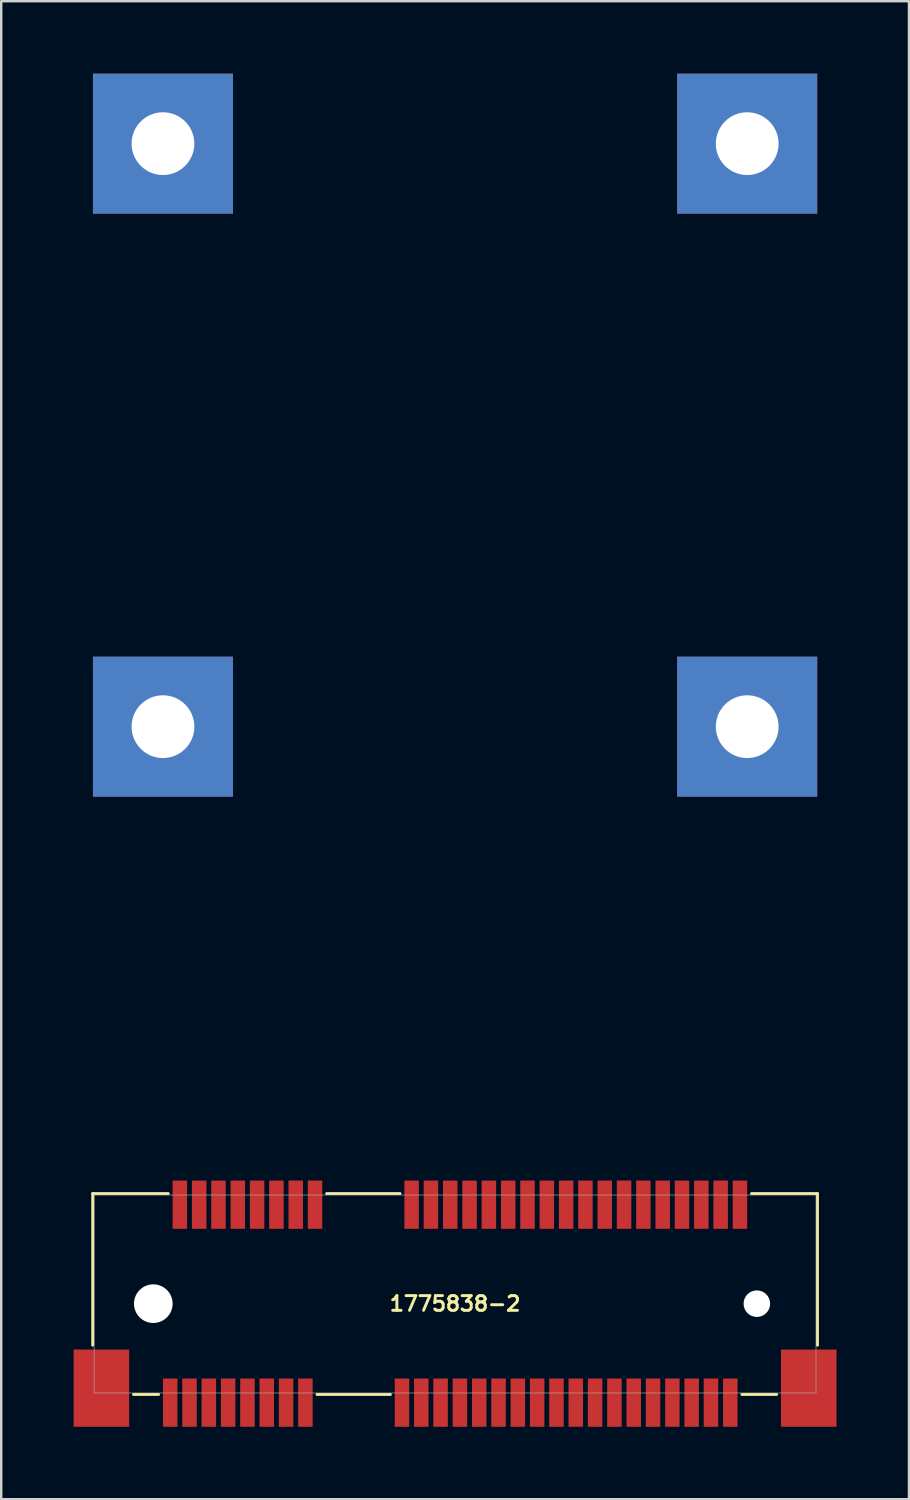
<source format=kicad_pcb>
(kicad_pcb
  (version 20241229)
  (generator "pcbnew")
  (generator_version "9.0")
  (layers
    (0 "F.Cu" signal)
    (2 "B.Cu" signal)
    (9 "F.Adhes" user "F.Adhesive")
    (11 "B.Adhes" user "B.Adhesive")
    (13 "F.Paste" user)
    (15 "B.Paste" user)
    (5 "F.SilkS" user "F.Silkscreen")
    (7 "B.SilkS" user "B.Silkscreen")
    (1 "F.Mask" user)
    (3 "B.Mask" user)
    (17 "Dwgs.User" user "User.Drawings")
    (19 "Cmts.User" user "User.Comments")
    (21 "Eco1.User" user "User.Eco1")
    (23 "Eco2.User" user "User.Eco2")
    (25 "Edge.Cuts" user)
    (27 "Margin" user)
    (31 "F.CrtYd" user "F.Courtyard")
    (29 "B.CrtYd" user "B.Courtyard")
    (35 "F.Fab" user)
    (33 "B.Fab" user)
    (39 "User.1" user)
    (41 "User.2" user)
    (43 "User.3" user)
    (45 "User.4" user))
  (footprint "1775838-2"
    (layer "F.Cu")
    (at 15.8 50.95)
    (property "Reference" "1775838-2" (at 0 0 0) (layer "F.SilkS") (effects (font (size 0.61 0.61) (thickness 0.12))))
    (attr through_hole)
    (fp_line (start -15.01 -4.56) (end -15.01 1.72) (stroke (width 0.12) (type solid)) (layer "F.SilkS"))
    (fp_line (start -13.32 3.76) (end -12.28 3.76) (stroke (width 0.12) (type solid)) (layer "F.SilkS"))
    (fp_line (start -11.88 -4.56) (end -15.01 -4.56) (stroke (width 0.12) (type solid)) (layer "F.SilkS"))
    (fp_line (start -5.32 -4.56) (end -2.28 -4.56) (stroke (width 0.12) (type solid)) (layer "F.SilkS"))
    (fp_line (start -2.68 3.76) (end -5.72 3.76) (stroke (width 0.12) (type solid)) (layer "F.SilkS"))
    (fp_line (start 12.28 -4.56) (end 15.01 -4.56) (stroke (width 0.12) (type solid)) (layer "F.SilkS"))
    (fp_line (start 13.32 3.76) (end 11.88 3.76) (stroke (width 0.12) (type solid)) (layer "F.SilkS"))
    (fp_line (start 15.01 -4.56) (end 15.01 1.72) (stroke (width 0.12) (type solid)) (layer "F.SilkS"))
    (fp_line (start -14.95 -4.5) (end 14.95 -4.5) (stroke (width 0.025) (type solid)) (layer "F.Fab"))
    (fp_line (start -14.95 3.7) (end -14.95 -4.5) (stroke (width 0.025) (type solid)) (layer "F.Fab"))
    (fp_line (start -14.95 3.7) (end 14.95 3.7) (stroke (width 0.025) (type solid)) (layer "F.Fab"))
    (fp_line (start 14.95 3.7) (end 14.95 -4.5) (stroke (width 0.025) (type solid)) (layer "F.Fab"))
    (pad "" np_thru_hole circle (at -12.5 0) (size 1.6 1.6) (drill 1.6) (layers "*.Cu" "*.Mask"))
    (pad "" np_thru_hole circle (at 12.5 0) (size 1.1 1.1) (drill 1.1) (layers "*.Cu" "*.Mask"))
    (pad "1" smd rect (at -11.8 4.1) (size 0.6 2) (layers "F.Cu" "F.Mask" "F.Paste"))
    (pad "2" smd rect (at -11.4 -4.1) (size 0.6 2) (layers "F.Cu" "F.Mask" "F.Paste"))
    (pad "3" smd rect (at -11 4.1) (size 0.6 2) (layers "F.Cu" "F.Mask" "F.Paste"))
    (pad "4" smd rect (at -10.6 -4.1) (size 0.6 2) (layers "F.Cu" "F.Mask" "F.Paste"))
    (pad "5" smd rect (at -10.2 4.1) (size 0.6 2) (layers "F.Cu" "F.Mask" "F.Paste"))
    (pad "6" smd rect (at -9.8 -4.1) (size 0.6 2) (layers "F.Cu" "F.Mask" "F.Paste"))
    (pad "7" smd rect (at -9.4 4.1) (size 0.6 2) (layers "F.Cu" "F.Mask" "F.Paste"))
    (pad "8" smd rect (at -9 -4.1) (size 0.6 2) (layers "F.Cu" "F.Mask" "F.Paste"))
    (pad "9" smd rect (at -8.6 4.1) (size 0.6 2) (layers "F.Cu" "F.Mask" "F.Paste"))
    (pad "10" smd rect (at -8.2 -4.1) (size 0.6 2) (layers "F.Cu" "F.Mask" "F.Paste"))
    (pad "11" smd rect (at -7.8 4.1) (size 0.6 2) (layers "F.Cu" "F.Mask" "F.Paste"))
    (pad "12" smd rect (at -7.4 -4.1) (size 0.6 2) (layers "F.Cu" "F.Mask" "F.Paste"))
    (pad "13" smd rect (at -7 4.1) (size 0.6 2) (layers "F.Cu" "F.Mask" "F.Paste"))
    (pad "14" smd rect (at -6.6 -4.1) (size 0.6 2) (layers "F.Cu" "F.Mask" "F.Paste"))
    (pad "15" smd rect (at -6.2 4.1) (size 0.6 2) (layers "F.Cu" "F.Mask" "F.Paste"))
    (pad "16" smd rect (at -5.8 -4.1) (size 0.6 2) (layers "F.Cu" "F.Mask" "F.Paste"))
    (pad "17" smd rect (at -2.2 4.1) (size 0.6 2) (layers "F.Cu" "F.Mask" "F.Paste"))
    (pad "18" smd rect (at -1.8 -4.1) (size 0.6 2) (layers "F.Cu" "F.Mask" "F.Paste"))
    (pad "19" smd rect (at -1.4 4.1) (size 0.6 2) (layers "F.Cu" "F.Mask" "F.Paste"))
    (pad "20" smd rect (at -1 -4.1) (size 0.6 2) (layers "F.Cu" "F.Mask" "F.Paste"))
    (pad "21" smd rect (at -0.6 4.1) (size 0.6 2) (layers "F.Cu" "F.Mask" "F.Paste"))
    (pad "22" smd rect (at -0.2 -4.1) (size 0.6 2) (layers "F.Cu" "F.Mask" "F.Paste"))
    (pad "23" smd rect (at 0.2 4.1) (size 0.6 2) (layers "F.Cu" "F.Mask" "F.Paste"))
    (pad "24" smd rect (at 0.6 -4.1) (size 0.6 2) (layers "F.Cu" "F.Mask" "F.Paste"))
    (pad "25" smd rect (at 1 4.1) (size 0.6 2) (layers "F.Cu" "F.Mask" "F.Paste"))
    (pad "26" smd rect (at 1.4 -4.1) (size 0.6 2) (layers "F.Cu" "F.Mask" "F.Paste"))
    (pad "27" smd rect (at 1.8 4.1) (size 0.6 2) (layers "F.Cu" "F.Mask" "F.Paste"))
    (pad "28" smd rect (at 2.2 -4.1) (size 0.6 2) (layers "F.Cu" "F.Mask" "F.Paste"))
    (pad "29" smd rect (at 2.6 4.1) (size 0.6 2) (layers "F.Cu" "F.Mask" "F.Paste"))
    (pad "30" smd rect (at 3 -4.1) (size 0.6 2) (layers "F.Cu" "F.Mask" "F.Paste"))
    (pad "31" smd rect (at 3.4 4.1) (size 0.6 2) (layers "F.Cu" "F.Mask" "F.Paste"))
    (pad "32" smd rect (at 3.8 -4.1) (size 0.6 2) (layers "F.Cu" "F.Mask" "F.Paste"))
    (pad "33" smd rect (at 4.2 4.1) (size 0.6 2) (layers "F.Cu" "F.Mask" "F.Paste"))
    (pad "34" smd rect (at 4.6 -4.1) (size 0.6 2) (layers "F.Cu" "F.Mask" "F.Paste"))
    (pad "35" smd rect (at 5 4.1) (size 0.6 2) (layers "F.Cu" "F.Mask" "F.Paste"))
    (pad "36" smd rect (at 5.4 -4.1) (size 0.6 2) (layers "F.Cu" "F.Mask" "F.Paste"))
    (pad "37" smd rect (at 5.8 4.1) (size 0.6 2) (layers "F.Cu" "F.Mask" "F.Paste"))
    (pad "38" smd rect (at 6.2 -4.1) (size 0.6 2) (layers "F.Cu" "F.Mask" "F.Paste"))
    (pad "39" smd rect (at 6.6 4.1) (size 0.6 2) (layers "F.Cu" "F.Mask" "F.Paste"))
    (pad "40" smd rect (at 7 -4.1) (size 0.6 2) (layers "F.Cu" "F.Mask" "F.Paste"))
    (pad "41" smd rect (at 7.4 4.1) (size 0.6 2) (layers "F.Cu" "F.Mask" "F.Paste"))
    (pad "42" smd rect (at 7.8 -4.1) (size 0.6 2) (layers "F.Cu" "F.Mask" "F.Paste"))
    (pad "43" smd rect (at 8.2 4.1) (size 0.6 2) (layers "F.Cu" "F.Mask" "F.Paste"))
    (pad "44" smd rect (at 8.6 -4.1) (size 0.6 2) (layers "F.Cu" "F.Mask" "F.Paste"))
    (pad "45" smd rect (at 9 4.1) (size 0.6 2) (layers "F.Cu" "F.Mask" "F.Paste"))
    (pad "46" smd rect (at 9.4 -4.1) (size 0.6 2) (layers "F.Cu" "F.Mask" "F.Paste"))
    (pad "47" smd rect (at 9.8 4.1) (size 0.6 2) (layers "F.Cu" "F.Mask" "F.Paste"))
    (pad "48" smd rect (at 10.2 -4.1) (size 0.6 2) (layers "F.Cu" "F.Mask" "F.Paste"))
    (pad "49" smd rect (at 10.6 4.1) (size 0.6 2) (layers "F.Cu" "F.Mask" "F.Paste"))
    (pad "50" smd rect (at 11 -4.1) (size 0.6 2) (layers "F.Cu" "F.Mask" "F.Paste"))
    (pad "51" smd rect (at 11.4 4.1) (size 0.6 2) (layers "F.Cu" "F.Mask" "F.Paste"))
    (pad "52" smd rect (at 11.8 -4.1) (size 0.6 2) (layers "F.Cu" "F.Mask" "F.Paste"))
    (pad "FR" smd rect (at -14.65 3.5) (size 2.3 3.2) (layers "F.Cu" "F.Mask" "F.Paste"))
    (pad "FR" thru_hole rect (at -12.1 -48.05) (size 5.8 5.8) (drill 2.6) (layers "*.Cu" "*.Mask"))
    (pad "FR" thru_hole rect (at -12.1 -23.9) (size 5.8 5.8) (drill 2.6) (layers "*.Cu" "*.Mask"))
    (pad "FR" thru_hole rect (at 12.1 -48.05) (size 5.8 5.8) (drill 2.6) (layers "*.Cu" "*.Mask"))
    (pad "FR" thru_hole rect (at 12.1 -23.9) (size 5.8 5.8) (drill 2.6) (layers "*.Cu" "*.Mask"))
    (pad "FR" smd rect (at 14.65 3.5) (size 2.3 3.2) (layers "F.Cu" "F.Mask" "F.Paste")))
  (gr_rect
    (start -3 -3)
    (end 34.6 59.05)
    (stroke (width 0.1) (type default))
    (fill no)
    (layer "Edge.Cuts")))
</source>
